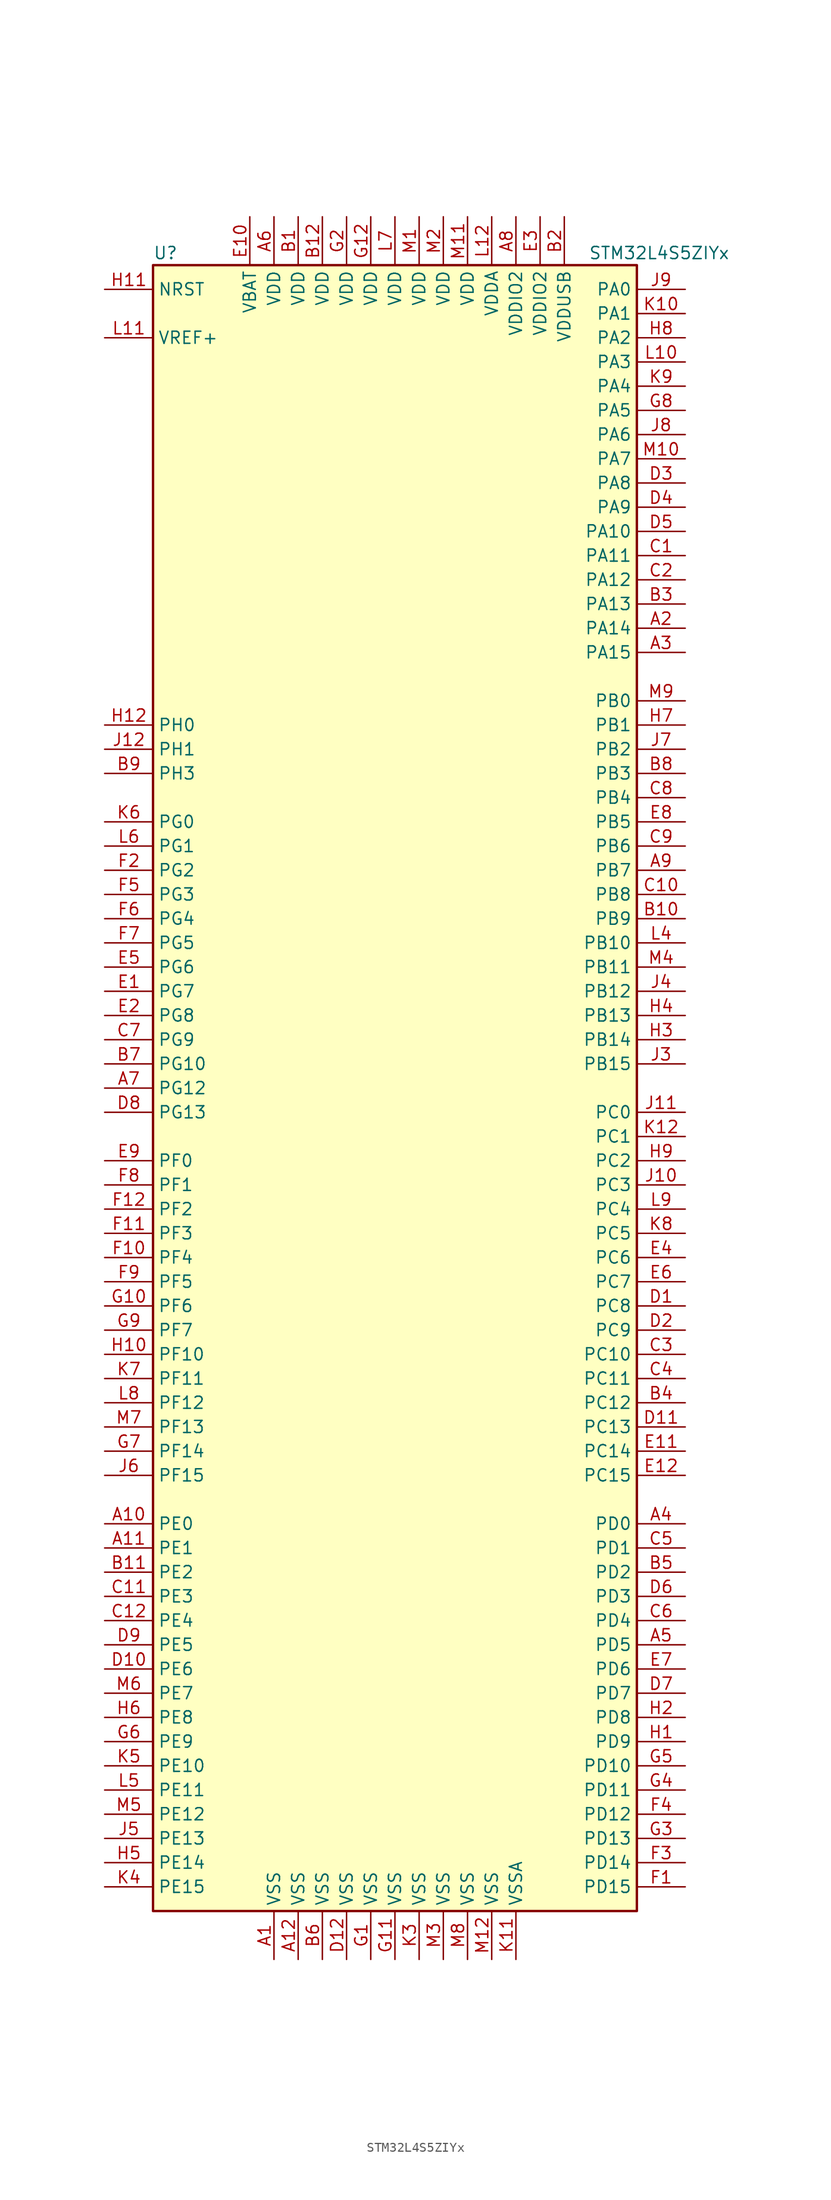
<source format=kicad_sym>
(kicad_symbol_lib
  (version 20201005)
  (generator kicad_symbol_editor)
  (symbol "STM32L4S5ZIYx"
    (property "Reference" "U"
      (at -25.4 87.63 0)
      (effects (font (size 1.27 1.27)) (justify left)))
    (property "Value" "STM32L4S5ZIYx"
      (at 20.32 87.63 0)
      (effects (font (size 1.27 1.27)) (justify left)))
    (symbol "STM32L4S5ZIYx_0_1"
      (rectangle (start -25.4 -86.36) (end 25.4 86.36) (stroke (width 0.254)) (fill (type background))))
    (symbol "STM32L4S5ZIYx_1_1"
      (pin no_connect line (at -25.4 -83.82 0) (length 5.08) hide (name "NC" (effects (font (size 1.27 1.27)))) (number "J1" (effects (font (size 1.27 1.27)))))
      (pin no_connect line (at -25.4 -81.28 0) (length 5.08) hide (name "NC" (effects (font (size 1.27 1.27)))) (number "J2" (effects (font (size 1.27 1.27)))))
      (pin no_connect line (at -25.4 -78.74 0) (length 5.08) hide (name "NC" (effects (font (size 1.27 1.27)))) (number "K1" (effects (font (size 1.27 1.27)))))
      (pin no_connect line (at -25.4 -76.2 0) (length 5.08) hide (name "NC" (effects (font (size 1.27 1.27)))) (number "K2" (effects (font (size 1.27 1.27)))))
      (pin no_connect line (at -25.4 -73.66 0) (length 5.08) hide (name "NC" (effects (font (size 1.27 1.27)))) (number "L1" (effects (font (size 1.27 1.27)))))
      (pin no_connect line (at -25.4 -71.12 0) (length 5.08) hide (name "NC" (effects (font (size 1.27 1.27)))) (number "L2" (effects (font (size 1.27 1.27)))))
      (pin no_connect line (at -25.4 -68.58 0) (length 5.08) hide (name "NC" (effects (font (size 1.27 1.27)))) (number "L3" (effects (font (size 1.27 1.27)))))
      (pin input line (at -30.48 83.82 0) (length 5.08) (name "NRST" (effects (font (size 1.27 1.27)))) (number "H11" (effects (font (size 1.27 1.27)))))
      (pin bidirectional line (at 30.48 83.82 180) (length 5.08) (name "PA0" (effects (font (size 1.27 1.27)))) (number "J9" (effects (font (size 1.27 1.27)))))
      (pin bidirectional line (at 30.48 81.28 180) (length 5.08) (name "PA1" (effects (font (size 1.27 1.27)))) (number "K10" (effects (font (size 1.27 1.27)))))
      (pin bidirectional line (at 30.48 58.42 180) (length 5.08) (name "PA10" (effects (font (size 1.27 1.27)))) (number "D5" (effects (font (size 1.27 1.27)))))
      (pin bidirectional line (at 30.48 55.88 180) (length 5.08) (name "PA11" (effects (font (size 1.27 1.27)))) (number "C1" (effects (font (size 1.27 1.27)))))
      (pin bidirectional line (at 30.48 53.34 180) (length 5.08) (name "PA12" (effects (font (size 1.27 1.27)))) (number "C2" (effects (font (size 1.27 1.27)))))
      (pin bidirectional line (at 30.48 50.8 180) (length 5.08) (name "PA13" (effects (font (size 1.27 1.27)))) (number "B3" (effects (font (size 1.27 1.27)))))
      (pin bidirectional line (at 30.48 48.26 180) (length 5.08) (name "PA14" (effects (font (size 1.27 1.27)))) (number "A2" (effects (font (size 1.27 1.27)))))
      (pin bidirectional line (at 30.48 45.72 180) (length 5.08) (name "PA15" (effects (font (size 1.27 1.27)))) (number "A3" (effects (font (size 1.27 1.27)))))
      (pin bidirectional line (at 30.48 78.74 180) (length 5.08) (name "PA2" (effects (font (size 1.27 1.27)))) (number "H8" (effects (font (size 1.27 1.27)))))
      (pin bidirectional line (at 30.48 76.2 180) (length 5.08) (name "PA3" (effects (font (size 1.27 1.27)))) (number "L10" (effects (font (size 1.27 1.27)))))
      (pin bidirectional line (at 30.48 73.66 180) (length 5.08) (name "PA4" (effects (font (size 1.27 1.27)))) (number "K9" (effects (font (size 1.27 1.27)))))
      (pin bidirectional line (at 30.48 71.12 180) (length 5.08) (name "PA5" (effects (font (size 1.27 1.27)))) (number "G8" (effects (font (size 1.27 1.27)))))
      (pin bidirectional line (at 30.48 68.58 180) (length 5.08) (name "PA6" (effects (font (size 1.27 1.27)))) (number "J8" (effects (font (size 1.27 1.27)))))
      (pin bidirectional line (at 30.48 66.04 180) (length 5.08) (name "PA7" (effects (font (size 1.27 1.27)))) (number "M10" (effects (font (size 1.27 1.27)))))
      (pin bidirectional line (at 30.48 63.5 180) (length 5.08) (name "PA8" (effects (font (size 1.27 1.27)))) (number "D3" (effects (font (size 1.27 1.27)))))
      (pin bidirectional line (at 30.48 60.96 180) (length 5.08) (name "PA9" (effects (font (size 1.27 1.27)))) (number "D4" (effects (font (size 1.27 1.27)))))
      (pin bidirectional line (at 30.48 40.64 180) (length 5.08) (name "PB0" (effects (font (size 1.27 1.27)))) (number "M9" (effects (font (size 1.27 1.27)))))
      (pin bidirectional line (at 30.48 38.1 180) (length 5.08) (name "PB1" (effects (font (size 1.27 1.27)))) (number "H7" (effects (font (size 1.27 1.27)))))
      (pin bidirectional line (at 30.48 15.24 180) (length 5.08) (name "PB10" (effects (font (size 1.27 1.27)))) (number "L4" (effects (font (size 1.27 1.27)))))
      (pin bidirectional line (at 30.48 12.7 180) (length 5.08) (name "PB11" (effects (font (size 1.27 1.27)))) (number "M4" (effects (font (size 1.27 1.27)))))
      (pin bidirectional line (at 30.48 10.16 180) (length 5.08) (name "PB12" (effects (font (size 1.27 1.27)))) (number "J4" (effects (font (size 1.27 1.27)))))
      (pin bidirectional line (at 30.48 7.62 180) (length 5.08) (name "PB13" (effects (font (size 1.27 1.27)))) (number "H4" (effects (font (size 1.27 1.27)))))
      (pin bidirectional line (at 30.48 5.08 180) (length 5.08) (name "PB14" (effects (font (size 1.27 1.27)))) (number "H3" (effects (font (size 1.27 1.27)))))
      (pin bidirectional line (at 30.48 2.54 180) (length 5.08) (name "PB15" (effects (font (size 1.27 1.27)))) (number "J3" (effects (font (size 1.27 1.27)))))
      (pin bidirectional line (at 30.48 35.56 180) (length 5.08) (name "PB2" (effects (font (size 1.27 1.27)))) (number "J7" (effects (font (size 1.27 1.27)))))
      (pin bidirectional line (at 30.48 33.02 180) (length 5.08) (name "PB3" (effects (font (size 1.27 1.27)))) (number "B8" (effects (font (size 1.27 1.27)))))
      (pin bidirectional line (at 30.48 30.48 180) (length 5.08) (name "PB4" (effects (font (size 1.27 1.27)))) (number "C8" (effects (font (size 1.27 1.27)))))
      (pin bidirectional line (at 30.48 27.94 180) (length 5.08) (name "PB5" (effects (font (size 1.27 1.27)))) (number "E8" (effects (font (size 1.27 1.27)))))
      (pin bidirectional line (at 30.48 25.4 180) (length 5.08) (name "PB6" (effects (font (size 1.27 1.27)))) (number "C9" (effects (font (size 1.27 1.27)))))
      (pin bidirectional line (at 30.48 22.86 180) (length 5.08) (name "PB7" (effects (font (size 1.27 1.27)))) (number "A9" (effects (font (size 1.27 1.27)))))
      (pin bidirectional line (at 30.48 20.32 180) (length 5.08) (name "PB8" (effects (font (size 1.27 1.27)))) (number "C10" (effects (font (size 1.27 1.27)))))
      (pin bidirectional line (at 30.48 17.78 180) (length 5.08) (name "PB9" (effects (font (size 1.27 1.27)))) (number "B10" (effects (font (size 1.27 1.27)))))
      (pin bidirectional line (at 30.48 -2.54 180) (length 5.08) (name "PC0" (effects (font (size 1.27 1.27)))) (number "J11" (effects (font (size 1.27 1.27)))))
      (pin bidirectional line (at 30.48 -5.08 180) (length 5.08) (name "PC1" (effects (font (size 1.27 1.27)))) (number "K12" (effects (font (size 1.27 1.27)))))
      (pin bidirectional line (at 30.48 -27.94 180) (length 5.08) (name "PC10" (effects (font (size 1.27 1.27)))) (number "C3" (effects (font (size 1.27 1.27)))))
      (pin bidirectional line (at 30.48 -30.48 180) (length 5.08) (name "PC11" (effects (font (size 1.27 1.27)))) (number "C4" (effects (font (size 1.27 1.27)))))
      (pin bidirectional line (at 30.48 -33.02 180) (length 5.08) (name "PC12" (effects (font (size 1.27 1.27)))) (number "B4" (effects (font (size 1.27 1.27)))))
      (pin bidirectional line (at 30.48 -35.56 180) (length 5.08) (name "PC13" (effects (font (size 1.27 1.27)))) (number "D11" (effects (font (size 1.27 1.27)))))
      (pin bidirectional line (at 30.48 -38.1 180) (length 5.08) (name "PC14" (effects (font (size 1.27 1.27)))) (number "E11" (effects (font (size 1.27 1.27)))))
      (pin bidirectional line (at 30.48 -40.64 180) (length 5.08) (name "PC15" (effects (font (size 1.27 1.27)))) (number "E12" (effects (font (size 1.27 1.27)))))
      (pin bidirectional line (at 30.48 -7.62 180) (length 5.08) (name "PC2" (effects (font (size 1.27 1.27)))) (number "H9" (effects (font (size 1.27 1.27)))))
      (pin bidirectional line (at 30.48 -10.16 180) (length 5.08) (name "PC3" (effects (font (size 1.27 1.27)))) (number "J10" (effects (font (size 1.27 1.27)))))
      (pin bidirectional line (at 30.48 -12.7 180) (length 5.08) (name "PC4" (effects (font (size 1.27 1.27)))) (number "L9" (effects (font (size 1.27 1.27)))))
      (pin bidirectional line (at 30.48 -15.24 180) (length 5.08) (name "PC5" (effects (font (size 1.27 1.27)))) (number "K8" (effects (font (size 1.27 1.27)))))
      (pin bidirectional line (at 30.48 -17.78 180) (length 5.08) (name "PC6" (effects (font (size 1.27 1.27)))) (number "E4" (effects (font (size 1.27 1.27)))))
      (pin bidirectional line (at 30.48 -20.32 180) (length 5.08) (name "PC7" (effects (font (size 1.27 1.27)))) (number "E6" (effects (font (size 1.27 1.27)))))
      (pin bidirectional line (at 30.48 -22.86 180) (length 5.08) (name "PC8" (effects (font (size 1.27 1.27)))) (number "D1" (effects (font (size 1.27 1.27)))))
      (pin bidirectional line (at 30.48 -25.4 180) (length 5.08) (name "PC9" (effects (font (size 1.27 1.27)))) (number "D2" (effects (font (size 1.27 1.27)))))
      (pin bidirectional line (at 30.48 -45.72 180) (length 5.08) (name "PD0" (effects (font (size 1.27 1.27)))) (number "A4" (effects (font (size 1.27 1.27)))))
      (pin bidirectional line (at 30.48 -48.26 180) (length 5.08) (name "PD1" (effects (font (size 1.27 1.27)))) (number "C5" (effects (font (size 1.27 1.27)))))
      (pin bidirectional line (at 30.48 -71.12 180) (length 5.08) (name "PD10" (effects (font (size 1.27 1.27)))) (number "G5" (effects (font (size 1.27 1.27)))))
      (pin bidirectional line (at 30.48 -73.66 180) (length 5.08) (name "PD11" (effects (font (size 1.27 1.27)))) (number "G4" (effects (font (size 1.27 1.27)))))
      (pin bidirectional line (at 30.48 -76.2 180) (length 5.08) (name "PD12" (effects (font (size 1.27 1.27)))) (number "F4" (effects (font (size 1.27 1.27)))))
      (pin bidirectional line (at 30.48 -78.74 180) (length 5.08) (name "PD13" (effects (font (size 1.27 1.27)))) (number "G3" (effects (font (size 1.27 1.27)))))
      (pin bidirectional line (at 30.48 -81.28 180) (length 5.08) (name "PD14" (effects (font (size 1.27 1.27)))) (number "F3" (effects (font (size 1.27 1.27)))))
      (pin bidirectional line (at 30.48 -83.82 180) (length 5.08) (name "PD15" (effects (font (size 1.27 1.27)))) (number "F1" (effects (font (size 1.27 1.27)))))
      (pin bidirectional line (at 30.48 -50.8 180) (length 5.08) (name "PD2" (effects (font (size 1.27 1.27)))) (number "B5" (effects (font (size 1.27 1.27)))))
      (pin bidirectional line (at 30.48 -53.34 180) (length 5.08) (name "PD3" (effects (font (size 1.27 1.27)))) (number "D6" (effects (font (size 1.27 1.27)))))
      (pin bidirectional line (at 30.48 -55.88 180) (length 5.08) (name "PD4" (effects (font (size 1.27 1.27)))) (number "C6" (effects (font (size 1.27 1.27)))))
      (pin bidirectional line (at 30.48 -58.42 180) (length 5.08) (name "PD5" (effects (font (size 1.27 1.27)))) (number "A5" (effects (font (size 1.27 1.27)))))
      (pin bidirectional line (at 30.48 -60.96 180) (length 5.08) (name "PD6" (effects (font (size 1.27 1.27)))) (number "E7" (effects (font (size 1.27 1.27)))))
      (pin bidirectional line (at 30.48 -63.5 180) (length 5.08) (name "PD7" (effects (font (size 1.27 1.27)))) (number "D7" (effects (font (size 1.27 1.27)))))
      (pin bidirectional line (at 30.48 -66.04 180) (length 5.08) (name "PD8" (effects (font (size 1.27 1.27)))) (number "H2" (effects (font (size 1.27 1.27)))))
      (pin bidirectional line (at 30.48 -68.58 180) (length 5.08) (name "PD9" (effects (font (size 1.27 1.27)))) (number "H1" (effects (font (size 1.27 1.27)))))
      (pin bidirectional line (at -30.48 -45.72 0) (length 5.08) (name "PE0" (effects (font (size 1.27 1.27)))) (number "A10" (effects (font (size 1.27 1.27)))))
      (pin bidirectional line (at -30.48 -48.26 0) (length 5.08) (name "PE1" (effects (font (size 1.27 1.27)))) (number "A11" (effects (font (size 1.27 1.27)))))
      (pin bidirectional line (at -30.48 -71.12 0) (length 5.08) (name "PE10" (effects (font (size 1.27 1.27)))) (number "K5" (effects (font (size 1.27 1.27)))))
      (pin bidirectional line (at -30.48 -73.66 0) (length 5.08) (name "PE11" (effects (font (size 1.27 1.27)))) (number "L5" (effects (font (size 1.27 1.27)))))
      (pin bidirectional line (at -30.48 -76.2 0) (length 5.08) (name "PE12" (effects (font (size 1.27 1.27)))) (number "M5" (effects (font (size 1.27 1.27)))))
      (pin bidirectional line (at -30.48 -78.74 0) (length 5.08) (name "PE13" (effects (font (size 1.27 1.27)))) (number "J5" (effects (font (size 1.27 1.27)))))
      (pin bidirectional line (at -30.48 -81.28 0) (length 5.08) (name "PE14" (effects (font (size 1.27 1.27)))) (number "H5" (effects (font (size 1.27 1.27)))))
      (pin bidirectional line (at -30.48 -83.82 0) (length 5.08) (name "PE15" (effects (font (size 1.27 1.27)))) (number "K4" (effects (font (size 1.27 1.27)))))
      (pin bidirectional line (at -30.48 -50.8 0) (length 5.08) (name "PE2" (effects (font (size 1.27 1.27)))) (number "B11" (effects (font (size 1.27 1.27)))))
      (pin bidirectional line (at -30.48 -53.34 0) (length 5.08) (name "PE3" (effects (font (size 1.27 1.27)))) (number "C11" (effects (font (size 1.27 1.27)))))
      (pin bidirectional line (at -30.48 -55.88 0) (length 5.08) (name "PE4" (effects (font (size 1.27 1.27)))) (number "C12" (effects (font (size 1.27 1.27)))))
      (pin bidirectional line (at -30.48 -58.42 0) (length 5.08) (name "PE5" (effects (font (size 1.27 1.27)))) (number "D9" (effects (font (size 1.27 1.27)))))
      (pin bidirectional line (at -30.48 -60.96 0) (length 5.08) (name "PE6" (effects (font (size 1.27 1.27)))) (number "D10" (effects (font (size 1.27 1.27)))))
      (pin bidirectional line (at -30.48 -63.5 0) (length 5.08) (name "PE7" (effects (font (size 1.27 1.27)))) (number "M6" (effects (font (size 1.27 1.27)))))
      (pin bidirectional line (at -30.48 -66.04 0) (length 5.08) (name "PE8" (effects (font (size 1.27 1.27)))) (number "H6" (effects (font (size 1.27 1.27)))))
      (pin bidirectional line (at -30.48 -68.58 0) (length 5.08) (name "PE9" (effects (font (size 1.27 1.27)))) (number "G6" (effects (font (size 1.27 1.27)))))
      (pin bidirectional line (at -30.48 -7.62 0) (length 5.08) (name "PF0" (effects (font (size 1.27 1.27)))) (number "E9" (effects (font (size 1.27 1.27)))))
      (pin bidirectional line (at -30.48 -10.16 0) (length 5.08) (name "PF1" (effects (font (size 1.27 1.27)))) (number "F8" (effects (font (size 1.27 1.27)))))
      (pin bidirectional line (at -30.48 -27.94 0) (length 5.08) (name "PF10" (effects (font (size 1.27 1.27)))) (number "H10" (effects (font (size 1.27 1.27)))))
      (pin bidirectional line (at -30.48 -30.48 0) (length 5.08) (name "PF11" (effects (font (size 1.27 1.27)))) (number "K7" (effects (font (size 1.27 1.27)))))
      (pin bidirectional line (at -30.48 -33.02 0) (length 5.08) (name "PF12" (effects (font (size 1.27 1.27)))) (number "L8" (effects (font (size 1.27 1.27)))))
      (pin bidirectional line (at -30.48 -35.56 0) (length 5.08) (name "PF13" (effects (font (size 1.27 1.27)))) (number "M7" (effects (font (size 1.27 1.27)))))
      (pin bidirectional line (at -30.48 -38.1 0) (length 5.08) (name "PF14" (effects (font (size 1.27 1.27)))) (number "G7" (effects (font (size 1.27 1.27)))))
      (pin bidirectional line (at -30.48 -40.64 0) (length 5.08) (name "PF15" (effects (font (size 1.27 1.27)))) (number "J6" (effects (font (size 1.27 1.27)))))
      (pin bidirectional line (at -30.48 -12.7 0) (length 5.08) (name "PF2" (effects (font (size 1.27 1.27)))) (number "F12" (effects (font (size 1.27 1.27)))))
      (pin bidirectional line (at -30.48 -15.24 0) (length 5.08) (name "PF3" (effects (font (size 1.27 1.27)))) (number "F11" (effects (font (size 1.27 1.27)))))
      (pin bidirectional line (at -30.48 -17.78 0) (length 5.08) (name "PF4" (effects (font (size 1.27 1.27)))) (number "F10" (effects (font (size 1.27 1.27)))))
      (pin bidirectional line (at -30.48 -20.32 0) (length 5.08) (name "PF5" (effects (font (size 1.27 1.27)))) (number "F9" (effects (font (size 1.27 1.27)))))
      (pin bidirectional line (at -30.48 -22.86 0) (length 5.08) (name "PF6" (effects (font (size 1.27 1.27)))) (number "G10" (effects (font (size 1.27 1.27)))))
      (pin bidirectional line (at -30.48 -25.4 0) (length 5.08) (name "PF7" (effects (font (size 1.27 1.27)))) (number "G9" (effects (font (size 1.27 1.27)))))
      (pin bidirectional line (at -30.48 27.94 0) (length 5.08) (name "PG0" (effects (font (size 1.27 1.27)))) (number "K6" (effects (font (size 1.27 1.27)))))
      (pin bidirectional line (at -30.48 25.4 0) (length 5.08) (name "PG1" (effects (font (size 1.27 1.27)))) (number "L6" (effects (font (size 1.27 1.27)))))
      (pin bidirectional line (at -30.48 2.54 0) (length 5.08) (name "PG10" (effects (font (size 1.27 1.27)))) (number "B7" (effects (font (size 1.27 1.27)))))
      (pin bidirectional line (at -30.48 0 0) (length 5.08) (name "PG12" (effects (font (size 1.27 1.27)))) (number "A7" (effects (font (size 1.27 1.27)))))
      (pin bidirectional line (at -30.48 -2.54 0) (length 5.08) (name "PG13" (effects (font (size 1.27 1.27)))) (number "D8" (effects (font (size 1.27 1.27)))))
      (pin bidirectional line (at -30.48 22.86 0) (length 5.08) (name "PG2" (effects (font (size 1.27 1.27)))) (number "F2" (effects (font (size 1.27 1.27)))))
      (pin bidirectional line (at -30.48 20.32 0) (length 5.08) (name "PG3" (effects (font (size 1.27 1.27)))) (number "F5" (effects (font (size 1.27 1.27)))))
      (pin bidirectional line (at -30.48 17.78 0) (length 5.08) (name "PG4" (effects (font (size 1.27 1.27)))) (number "F6" (effects (font (size 1.27 1.27)))))
      (pin bidirectional line (at -30.48 15.24 0) (length 5.08) (name "PG5" (effects (font (size 1.27 1.27)))) (number "F7" (effects (font (size 1.27 1.27)))))
      (pin bidirectional line (at -30.48 12.7 0) (length 5.08) (name "PG6" (effects (font (size 1.27 1.27)))) (number "E5" (effects (font (size 1.27 1.27)))))
      (pin bidirectional line (at -30.48 10.16 0) (length 5.08) (name "PG7" (effects (font (size 1.27 1.27)))) (number "E1" (effects (font (size 1.27 1.27)))))
      (pin bidirectional line (at -30.48 7.62 0) (length 5.08) (name "PG8" (effects (font (size 1.27 1.27)))) (number "E2" (effects (font (size 1.27 1.27)))))
      (pin bidirectional line (at -30.48 5.08 0) (length 5.08) (name "PG9" (effects (font (size 1.27 1.27)))) (number "C7" (effects (font (size 1.27 1.27)))))
      (pin input line (at -30.48 38.1 0) (length 5.08) (name "PH0" (effects (font (size 1.27 1.27)))) (number "H12" (effects (font (size 1.27 1.27)))))
      (pin input line (at -30.48 35.56 0) (length 5.08) (name "PH1" (effects (font (size 1.27 1.27)))) (number "J12" (effects (font (size 1.27 1.27)))))
      (pin bidirectional line (at -30.48 33.02 0) (length 5.08) (name "PH3" (effects (font (size 1.27 1.27)))) (number "B9" (effects (font (size 1.27 1.27)))))
      (pin power_in line (at -15.24 91.44 270) (length 5.08) (name "VBAT" (effects (font (size 1.27 1.27)))) (number "E10" (effects (font (size 1.27 1.27)))))
      (pin power_in line (at -12.7 91.44 270) (length 5.08) (name "VDD" (effects (font (size 1.27 1.27)))) (number "A6" (effects (font (size 1.27 1.27)))))
      (pin power_in line (at -10.16 91.44 270) (length 5.08) (name "VDD" (effects (font (size 1.27 1.27)))) (number "B1" (effects (font (size 1.27 1.27)))))
      (pin power_in line (at -7.62 91.44 270) (length 5.08) (name "VDD" (effects (font (size 1.27 1.27)))) (number "B12" (effects (font (size 1.27 1.27)))))
      (pin power_in line (at -2.54 91.44 270) (length 5.08) (name "VDD" (effects (font (size 1.27 1.27)))) (number "G12" (effects (font (size 1.27 1.27)))))
      (pin power_in line (at -5.08 91.44 270) (length 5.08) (name "VDD" (effects (font (size 1.27 1.27)))) (number "G2" (effects (font (size 1.27 1.27)))))
      (pin power_in line (at 0 91.44 270) (length 5.08) (name "VDD" (effects (font (size 1.27 1.27)))) (number "L7" (effects (font (size 1.27 1.27)))))
      (pin power_in line (at 2.54 91.44 270) (length 5.08) (name "VDD" (effects (font (size 1.27 1.27)))) (number "M1" (effects (font (size 1.27 1.27)))))
      (pin power_in line (at 7.62 91.44 270) (length 5.08) (name "VDD" (effects (font (size 1.27 1.27)))) (number "M11" (effects (font (size 1.27 1.27)))))
      (pin power_in line (at 5.08 91.44 270) (length 5.08) (name "VDD" (effects (font (size 1.27 1.27)))) (number "M2" (effects (font (size 1.27 1.27)))))
      (pin power_in line (at 10.16 91.44 270) (length 5.08) (name "VDDA" (effects (font (size 1.27 1.27)))) (number "L12" (effects (font (size 1.27 1.27)))))
      (pin power_in line (at 12.7 91.44 270) (length 5.08) (name "VDDIO2" (effects (font (size 1.27 1.27)))) (number "A8" (effects (font (size 1.27 1.27)))))
      (pin power_in line (at 15.24 91.44 270) (length 5.08) (name "VDDIO2" (effects (font (size 1.27 1.27)))) (number "E3" (effects (font (size 1.27 1.27)))))
      (pin power_in line (at 17.78 91.44 270) (length 5.08) (name "VDDUSB" (effects (font (size 1.27 1.27)))) (number "B2" (effects (font (size 1.27 1.27)))))
      (pin bidirectional line (at -30.48 78.74 0) (length 5.08) (name "VREF+" (effects (font (size 1.27 1.27)))) (number "L11" (effects (font (size 1.27 1.27)))))
      (pin power_in line (at -12.7 -91.44 90) (length 5.08) (name "VSS" (effects (font (size 1.27 1.27)))) (number "A1" (effects (font (size 1.27 1.27)))))
      (pin power_in line (at -10.16 -91.44 90) (length 5.08) (name "VSS" (effects (font (size 1.27 1.27)))) (number "A12" (effects (font (size 1.27 1.27)))))
      (pin power_in line (at -7.62 -91.44 90) (length 5.08) (name "VSS" (effects (font (size 1.27 1.27)))) (number "B6" (effects (font (size 1.27 1.27)))))
      (pin power_in line (at -5.08 -91.44 90) (length 5.08) (name "VSS" (effects (font (size 1.27 1.27)))) (number "D12" (effects (font (size 1.27 1.27)))))
      (pin power_in line (at -2.54 -91.44 90) (length 5.08) (name "VSS" (effects (font (size 1.27 1.27)))) (number "G1" (effects (font (size 1.27 1.27)))))
      (pin power_in line (at 0 -91.44 90) (length 5.08) (name "VSS" (effects (font (size 1.27 1.27)))) (number "G11" (effects (font (size 1.27 1.27)))))
      (pin power_in line (at 2.54 -91.44 90) (length 5.08) (name "VSS" (effects (font (size 1.27 1.27)))) (number "K3" (effects (font (size 1.27 1.27)))))
      (pin power_in line (at 10.16 -91.44 90) (length 5.08) (name "VSS" (effects (font (size 1.27 1.27)))) (number "M12" (effects (font (size 1.27 1.27)))))
      (pin power_in line (at 5.08 -91.44 90) (length 5.08) (name "VSS" (effects (font (size 1.27 1.27)))) (number "M3" (effects (font (size 1.27 1.27)))))
      (pin power_in line (at 7.62 -91.44 90) (length 5.08) (name "VSS" (effects (font (size 1.27 1.27)))) (number "M8" (effects (font (size 1.27 1.27)))))
      (pin power_in line (at 12.7 -91.44 90) (length 5.08) (name "VSSA" (effects (font (size 1.27 1.27)))) (number "K11" (effects (font (size 1.27 1.27))))))))
</source>
